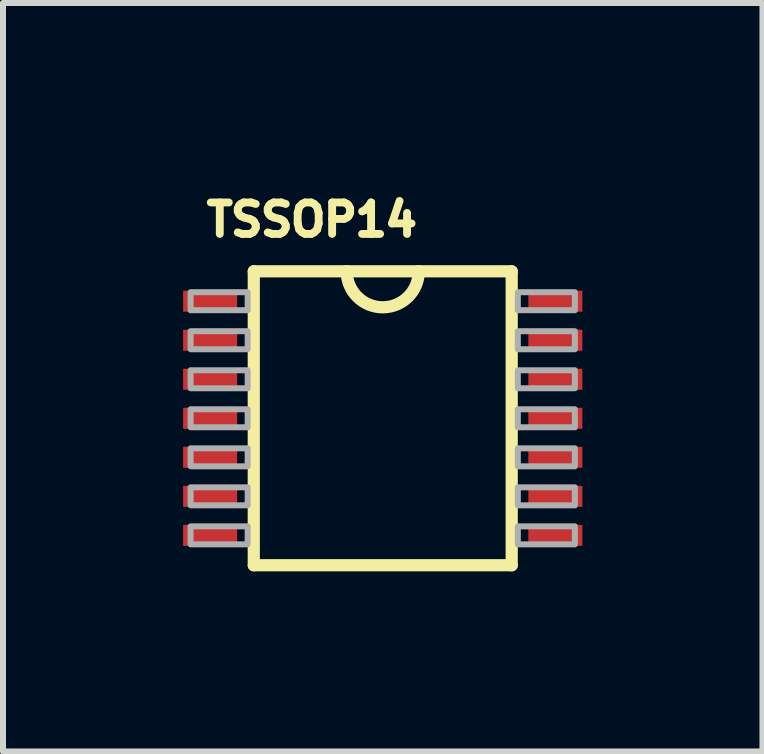
<source format=kicad_pcb>
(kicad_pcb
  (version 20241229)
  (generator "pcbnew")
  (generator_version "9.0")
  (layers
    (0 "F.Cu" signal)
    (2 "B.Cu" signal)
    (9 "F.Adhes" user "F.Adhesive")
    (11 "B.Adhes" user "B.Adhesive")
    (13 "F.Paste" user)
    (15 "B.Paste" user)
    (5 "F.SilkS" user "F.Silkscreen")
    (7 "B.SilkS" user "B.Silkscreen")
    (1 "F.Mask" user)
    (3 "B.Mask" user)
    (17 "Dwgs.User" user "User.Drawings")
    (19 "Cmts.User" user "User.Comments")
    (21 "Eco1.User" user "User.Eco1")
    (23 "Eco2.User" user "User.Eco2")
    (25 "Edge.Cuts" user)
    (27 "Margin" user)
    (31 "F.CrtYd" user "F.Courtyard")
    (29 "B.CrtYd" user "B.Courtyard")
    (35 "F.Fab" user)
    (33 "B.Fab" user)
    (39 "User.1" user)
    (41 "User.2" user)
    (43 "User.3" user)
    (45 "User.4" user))
  (footprint "TSSOP14"
    (layer "F.Cu")
    (at 3.325 3.917)
    (property "Reference" "TSSOP14" (at -3 -3 0) (layer "F.SilkS") (effects (font (size 0.524 0.524) (thickness 0.131)) (justify left bottom)))
    (fp_line (start -2.148 -2.448) (end -2.148 2.448) (stroke (width 0.203) (type solid)) (layer "F.SilkS"))
    (fp_line (start -2.148 2.448) (end 2.148 2.448) (stroke (width 0.203) (type solid)) (layer "F.SilkS"))
    (fp_line (start 2.148 -2.448) (end -2.148 -2.448) (stroke (width 0.203) (type solid)) (layer "F.SilkS"))
    (fp_line (start 2.148 2.448) (end 2.148 -2.448) (stroke (width 0.203) (type solid)) (layer "F.SilkS"))
    (fp_arc (start 0.6 -2.4484) (mid 0 -1.8484) (end -0.6 -2.4484) (stroke (width 0.2032) (type solid)) (layer "F.SilkS"))
    (fp_poly (pts (xy -3.2 -1.8) (xy -2.25 -1.8) (xy -2.25 -2.1) (xy -3.2 -2.1)) (stroke (width 0.1) (type solid)) (fill no) (layer "F.Fab"))
    (fp_poly (pts (xy -3.2 -1.15) (xy -2.25 -1.15) (xy -2.25 -1.45) (xy -3.2 -1.45)) (stroke (width 0.1) (type solid)) (fill no) (layer "F.Fab"))
    (fp_poly (pts (xy -3.2 -0.5) (xy -2.25 -0.5) (xy -2.25 -0.8) (xy -3.2 -0.8)) (stroke (width 0.1) (type solid)) (fill no) (layer "F.Fab"))
    (fp_poly (pts (xy -3.2 0.15) (xy -2.25 0.15) (xy -2.25 -0.15) (xy -3.2 -0.15)) (stroke (width 0.1) (type solid)) (fill no) (layer "F.Fab"))
    (fp_poly (pts (xy -3.2 0.8) (xy -2.25 0.8) (xy -2.25 0.5) (xy -3.2 0.5)) (stroke (width 0.1) (type solid)) (fill no) (layer "F.Fab"))
    (fp_poly (pts (xy -3.2 1.45) (xy -2.25 1.45) (xy -2.25 1.15) (xy -3.2 1.15)) (stroke (width 0.1) (type solid)) (fill no) (layer "F.Fab"))
    (fp_poly (pts (xy -3.2 2.1) (xy -2.25 2.1) (xy -2.25 1.8) (xy -3.2 1.8)) (stroke (width 0.1) (type solid)) (fill no) (layer "F.Fab"))
    (fp_poly (pts (xy 2.25 -1.8) (xy 3.2 -1.8) (xy 3.2 -2.1) (xy 2.25 -2.1)) (stroke (width 0.1) (type solid)) (fill no) (layer "F.Fab"))
    (fp_poly (pts (xy 2.25 -1.15) (xy 3.2 -1.15) (xy 3.2 -1.45) (xy 2.25 -1.45)) (stroke (width 0.1) (type solid)) (fill no) (layer "F.Fab"))
    (fp_poly (pts (xy 2.25 -0.5) (xy 3.2 -0.5) (xy 3.2 -0.8) (xy 2.25 -0.8)) (stroke (width 0.1) (type solid)) (fill no) (layer "F.Fab"))
    (fp_poly (pts (xy 2.25 0.15) (xy 3.2 0.15) (xy 3.2 -0.15) (xy 2.25 -0.15)) (stroke (width 0.1) (type solid)) (fill no) (layer "F.Fab"))
    (fp_poly (pts (xy 2.25 0.8) (xy 3.2 0.8) (xy 3.2 0.5) (xy 2.25 0.5)) (stroke (width 0.1) (type solid)) (fill no) (layer "F.Fab"))
    (fp_poly (pts (xy 2.25 1.45) (xy 3.2 1.45) (xy 3.2 1.15) (xy 2.25 1.15)) (stroke (width 0.1) (type solid)) (fill no) (layer "F.Fab"))
    (fp_poly (pts (xy 2.25 2.1) (xy 3.2 2.1) (xy 3.2 1.8) (xy 2.25 1.8)) (stroke (width 0.1) (type solid)) (fill no) (layer "F.Fab"))
    (pad "1" smd rect (at -2.875 -1.95) (size 0.9 0.35) (layers "F.Cu" "F.Mask" "F.Paste"))
    (pad "2" smd rect (at -2.875 -1.3) (size 0.9 0.35) (layers "F.Cu" "F.Mask" "F.Paste"))
    (pad "3" smd rect (at -2.875 -0.65) (size 0.9 0.35) (layers "F.Cu" "F.Mask" "F.Paste"))
    (pad "4" smd rect (at -2.875 0) (size 0.9 0.35) (layers "F.Cu" "F.Mask" "F.Paste"))
    (pad "5" smd rect (at -2.875 0.65) (size 0.9 0.35) (layers "F.Cu" "F.Mask" "F.Paste"))
    (pad "6" smd rect (at -2.875 1.3) (size 0.9 0.35) (layers "F.Cu" "F.Mask" "F.Paste"))
    (pad "7" smd rect (at -2.875 1.95) (size 0.9 0.35) (layers "F.Cu" "F.Mask" "F.Paste"))
    (pad "8" smd rect (at 2.875 1.95) (size 0.9 0.35) (layers "F.Cu" "F.Mask" "F.Paste"))
    (pad "9" smd rect (at 2.875 1.3) (size 0.9 0.35) (layers "F.Cu" "F.Mask" "F.Paste"))
    (pad "10" smd rect (at 2.875 0.65) (size 0.9 0.35) (layers "F.Cu" "F.Mask" "F.Paste"))
    (pad "11" smd rect (at 2.875 0) (size 0.9 0.35) (layers "F.Cu" "F.Mask" "F.Paste"))
    (pad "12" smd rect (at 2.875 -0.65) (size 0.9 0.35) (layers "F.Cu" "F.Mask" "F.Paste"))
    (pad "13" smd rect (at 2.875 -1.3) (size 0.9 0.35) (layers "F.Cu" "F.Mask" "F.Paste"))
    (pad "14" smd rect (at 2.875 -1.95) (size 0.9 0.35) (layers "F.Cu" "F.Mask" "F.Paste")))
  (gr_rect
    (start -3 -3)
    (end 9.65 9.467)
    (stroke (width 0.1) (type default))
    (fill no)
    (layer "Edge.Cuts")))
</source>
